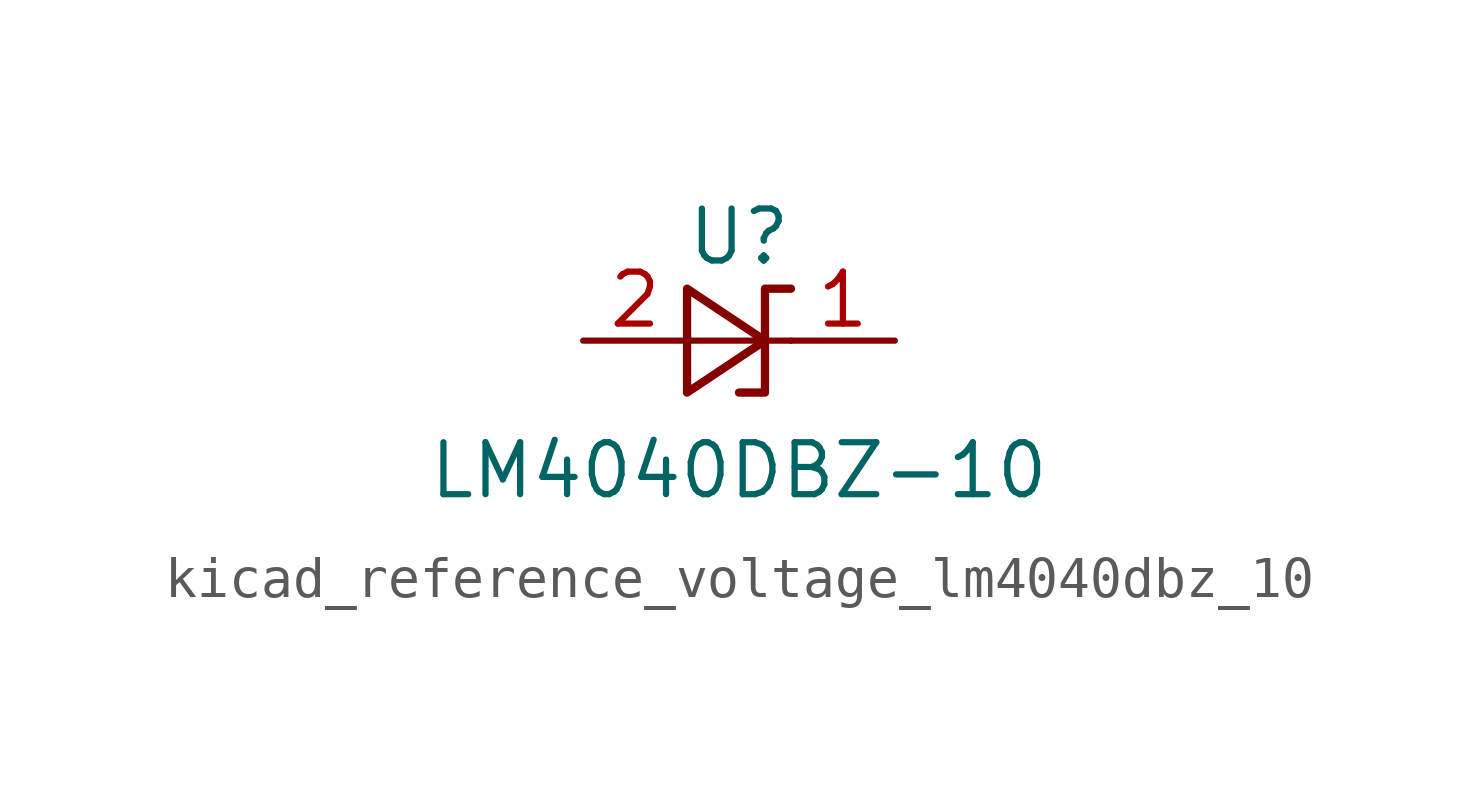
<source format=kicad_sym>
(kicad_symbol_lib
  (version 20220914)
  (generator kicad_symbol_editor)
  (symbol "kicad_reference_voltage_lm4040dbz_10"
    (pin_names
      (offset 0.025) hide)
    (property "Reference" "U"
      (at 0 2.54 0)
      (effects (font (size 1.27 1.27))))
    (property "Value" "LM4040DBZ-10"
      (at 0 -3.175 0)
      (effects (font (size 1.27 1.27))))
    (symbol "kicad_reference_voltage_lm4040dbz_10_0_1"
      (polyline (pts (xy -1.27 0) (xy 0 0) (xy 1.27 0)) (stroke (width 0) (type default)) (fill (type none)))
      (polyline (pts (xy -1.27 -1.27) (xy 0.635 0) (xy -1.27 1.27) (xy -1.27 -1.27)) (stroke (width 0.203) (type default)) (fill (type none)))
      (polyline (pts (xy 0 -1.27) (xy 0.635 -1.27) (xy 0.635 1.27) (xy 1.27 1.27)) (stroke (width 0.203) (type default)) (fill (type none))))
    (symbol "kicad_reference_voltage_lm4040dbz_10_1_1"
      (pin passive line (at 3.81 0 180) (length 2.54) (name "K" (effects (font (size 1.27 1.27)))) (number "1" (effects (font (size 1.27 1.27)))))
      (pin passive line (at -3.81 0 0) (length 2.54) (name "A" (effects (font (size 1.27 1.27)))) (number "2" (effects (font (size 1.27 1.27))))))))
</source>
